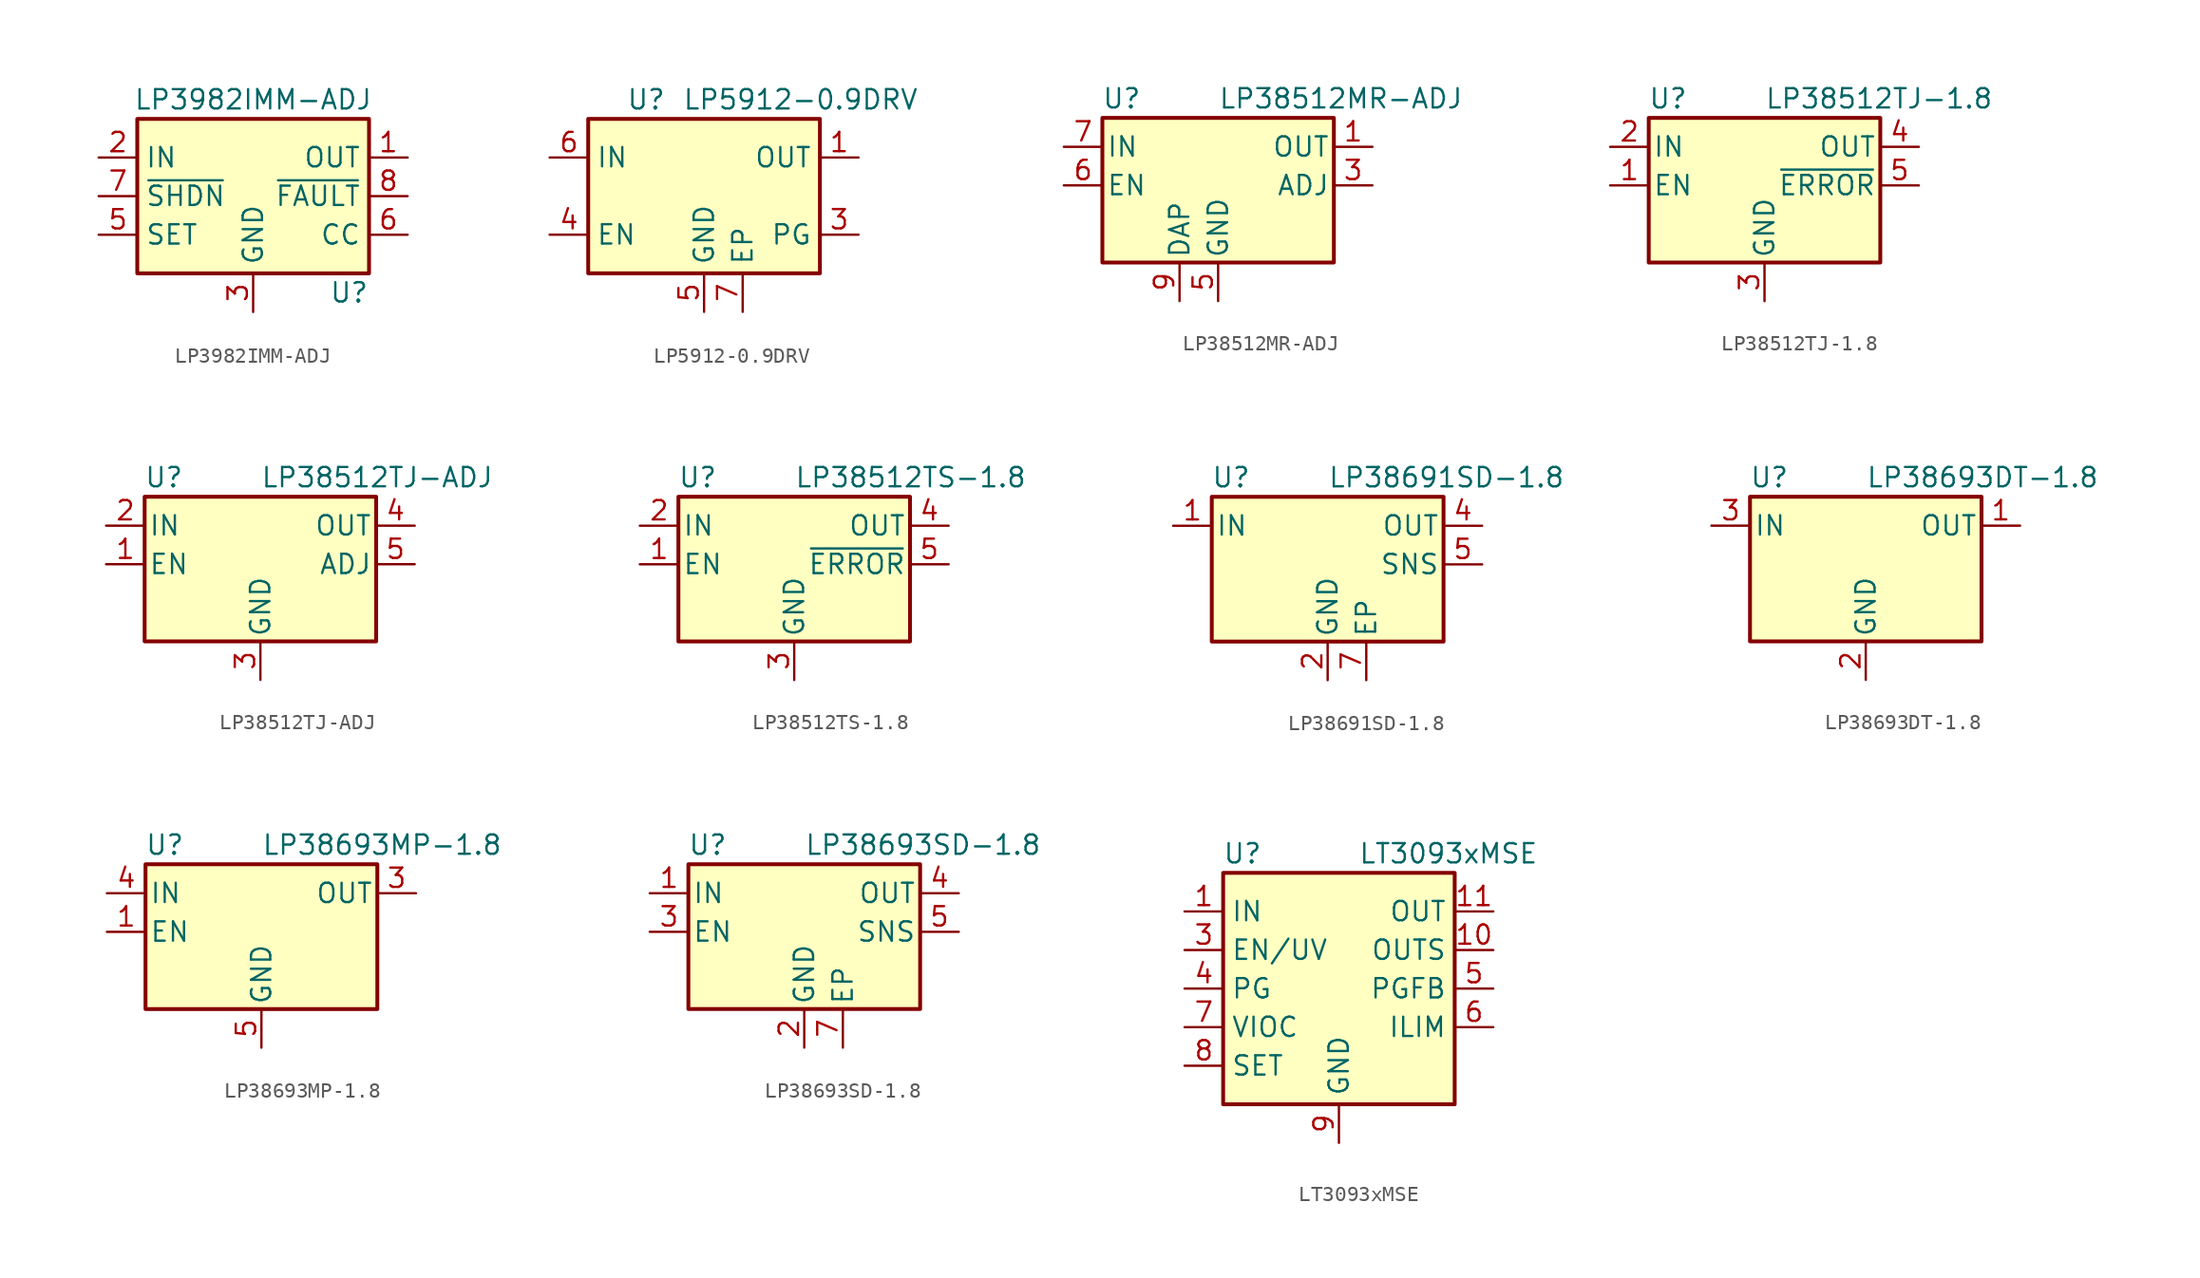
<source format=kicad_sym>
(kicad_symbol_lib
  (version 20201005)
  (generator kicad_symbol_editor)
  (symbol "LP3982IMM-ADJ"
    (property "Reference" "U"
      (at 7.62 -6.35 0)
      (effects (font (size 1.27 1.27)) (justify right)))
    (property "Value" "LP3982IMM-ADJ"
      (at 0 6.35 0)
      (effects (font (size 1.27 1.27))))
    (symbol "LP3982IMM-ADJ_0_1"
      (rectangle (start -7.62 5.08) (end 7.62 -5.08) (stroke (width 0.254)) (fill (type background))))
    (symbol "LP3982IMM-ADJ_1_1"
      (pin power_out line (at 10.16 2.54 180) (length 2.54) (name "OUT" (effects (font (size 1.27 1.27)))) (number "1" (effects (font (size 1.27 1.27)))))
      (pin power_in line (at -10.16 2.54 0) (length 2.54) (name "IN" (effects (font (size 1.27 1.27)))) (number "2" (effects (font (size 1.27 1.27)))))
      (pin power_in line (at 0 -7.62 90) (length 2.54) (name "GND" (effects (font (size 1.27 1.27)))) (number "3" (effects (font (size 1.27 1.27)))))
      (pin passive line (at 10.16 2.54 180) (length 2.54) hide (name "OUT" (effects (font (size 1.27 1.27)))) (number "4" (effects (font (size 1.27 1.27)))))
      (pin passive line (at -10.16 -2.54 0) (length 2.54) (name "SET" (effects (font (size 1.27 1.27)))) (number "5" (effects (font (size 1.27 1.27)))))
      (pin passive line (at 10.16 -2.54 180) (length 2.54) (name "CC" (effects (font (size 1.27 1.27)))) (number "6" (effects (font (size 1.27 1.27)))))
      (pin input line (at -10.16 0 0) (length 2.54) (name "~SHDN" (effects (font (size 1.27 1.27)))) (number "7" (effects (font (size 1.27 1.27)))))
      (pin open_collector line (at 10.16 0 180) (length 2.54) (name "~FAULT" (effects (font (size 1.27 1.27)))) (number "8" (effects (font (size 1.27 1.27)))))))
  (symbol "LP5912-0.9DRV"
    (property "Reference" "U"
      (at -3.81 6.35 0)
      (effects (font (size 1.27 1.27))))
    (property "Value" "LP5912-0.9DRV"
      (at 6.35 6.35 0)
      (effects (font (size 1.27 1.27))))
    (symbol "LP5912-0.9DRV_0_1"
      (rectangle (start -7.62 -5.08) (end 7.62 5.08) (stroke (width 0.254)) (fill (type background)))
      (pin power_out line (at 10.16 2.54 180) (length 2.54) (name "OUT" (effects (font (size 1.27 1.27)))) (number "1" (effects (font (size 1.27 1.27)))))
      (pin no_connect line (at 7.62 0 180) (length 2.54) hide (name "NC" (effects (font (size 1.27 1.27)))) (number "2" (effects (font (size 1.27 1.27)))))
      (pin input line (at -10.16 -2.54 0) (length 2.54) (name "EN" (effects (font (size 1.27 1.27)))) (number "4" (effects (font (size 1.27 1.27)))))
      (pin power_in line (at 0 -7.62 90) (length 2.54) (name "GND" (effects (font (size 1.27 1.27)))) (number "5" (effects (font (size 1.27 1.27)))))
      (pin power_in line (at -10.16 2.54 0) (length 2.54) (name "IN" (effects (font (size 1.27 1.27)))) (number "6" (effects (font (size 1.27 1.27))))))
    (symbol "LP5912-0.9DRV_1_1"
      (pin open_collector line (at 10.16 -2.54 180) (length 2.54) (name "PG" (effects (font (size 1.27 1.27)))) (number "3" (effects (font (size 1.27 1.27)))))
      (pin passive line (at 2.54 -7.62 90) (length 2.54) (name "EP" (effects (font (size 1.27 1.27)))) (number "7" (effects (font (size 1.27 1.27)))))))
  (symbol "LP38512MR-ADJ"
    (pin_names
      (offset 0.254))
    (property "Reference" "U"
      (at -6.35 5.715 0)
      (effects (font (size 1.27 1.27))))
    (property "Value" "LP38512MR-ADJ"
      (at 0 5.715 0)
      (effects (font (size 1.27 1.27)) (justify left)))
    (symbol "LP38512MR-ADJ_0_1"
      (rectangle (start -7.62 -5.08) (end 7.62 4.445) (stroke (width 0.254)) (fill (type background))))
    (symbol "LP38512MR-ADJ_1_1"
      (pin power_out line (at 10.16 2.54 180) (length 2.54) (name "OUT" (effects (font (size 1.27 1.27)))) (number "1" (effects (font (size 1.27 1.27)))))
      (pin passive line (at 10.16 2.54 180) (length 2.54) hide (name "OUT" (effects (font (size 1.27 1.27)))) (number "2" (effects (font (size 1.27 1.27)))))
      (pin input line (at 10.16 0 180) (length 2.54) (name "ADJ" (effects (font (size 1.27 1.27)))) (number "3" (effects (font (size 1.27 1.27)))))
      (pin no_connect line (at -7.62 -2.54 0) (length 2.54) hide (name "NC" (effects (font (size 1.27 1.27)))) (number "4" (effects (font (size 1.27 1.27)))))
      (pin power_in line (at 0 -7.62 90) (length 2.54) (name "GND" (effects (font (size 1.27 1.27)))) (number "5" (effects (font (size 1.27 1.27)))))
      (pin input line (at -10.16 0 0) (length 2.54) (name "EN" (effects (font (size 1.27 1.27)))) (number "6" (effects (font (size 1.27 1.27)))))
      (pin power_in line (at -10.16 2.54 0) (length 2.54) (name "IN" (effects (font (size 1.27 1.27)))) (number "7" (effects (font (size 1.27 1.27)))))
      (pin passive line (at -10.16 2.54 0) (length 2.54) hide (name "IN" (effects (font (size 1.27 1.27)))) (number "8" (effects (font (size 1.27 1.27)))))
      (pin passive line (at -2.54 -7.62 90) (length 2.54) (name "DAP" (effects (font (size 1.27 1.27)))) (number "9" (effects (font (size 1.27 1.27)))))))
  (symbol "LP38512TJ-1.8"
    (pin_names
      (offset 0.254))
    (property "Reference" "U"
      (at -6.35 5.715 0)
      (effects (font (size 1.27 1.27))))
    (property "Value" "LP38512TJ-1.8"
      (at 0 5.715 0)
      (effects (font (size 1.27 1.27)) (justify left)))
    (symbol "LP38512TJ-1.8_0_1"
      (rectangle (start -7.62 -5.08) (end 7.62 4.445) (stroke (width 0.254)) (fill (type background))))
    (symbol "LP38512TJ-1.8_1_1"
      (pin input line (at -10.16 0 0) (length 2.54) (name "EN" (effects (font (size 1.27 1.27)))) (number "1" (effects (font (size 1.27 1.27)))))
      (pin power_in line (at -10.16 2.54 0) (length 2.54) (name "IN" (effects (font (size 1.27 1.27)))) (number "2" (effects (font (size 1.27 1.27)))))
      (pin power_in line (at 0 -7.62 90) (length 2.54) (name "GND" (effects (font (size 1.27 1.27)))) (number "3" (effects (font (size 1.27 1.27)))))
      (pin power_out line (at 10.16 2.54 180) (length 2.54) (name "OUT" (effects (font (size 1.27 1.27)))) (number "4" (effects (font (size 1.27 1.27)))))
      (pin open_collector line (at 10.16 0 180) (length 2.54) (name "~ERROR" (effects (font (size 1.27 1.27)))) (number "5" (effects (font (size 1.27 1.27)))))
      (pin passive line (at 0 -7.62 90) (length 2.54) hide (name "GND" (effects (font (size 1.27 1.27)))) (number "6" (effects (font (size 1.27 1.27)))))))
  (symbol "LP38512TJ-ADJ"
    (pin_names
      (offset 0.254))
    (property "Reference" "U"
      (at -6.35 5.715 0)
      (effects (font (size 1.27 1.27))))
    (property "Value" "LP38512TJ-ADJ"
      (at 0 5.715 0)
      (effects (font (size 1.27 1.27)) (justify left)))
    (symbol "LP38512TJ-ADJ_0_1"
      (rectangle (start -7.62 -5.08) (end 7.62 4.445) (stroke (width 0.254)) (fill (type background))))
    (symbol "LP38512TJ-ADJ_1_1"
      (pin input line (at -10.16 0 0) (length 2.54) (name "EN" (effects (font (size 1.27 1.27)))) (number "1" (effects (font (size 1.27 1.27)))))
      (pin power_in line (at -10.16 2.54 0) (length 2.54) (name "IN" (effects (font (size 1.27 1.27)))) (number "2" (effects (font (size 1.27 1.27)))))
      (pin power_in line (at 0 -7.62 90) (length 2.54) (name "GND" (effects (font (size 1.27 1.27)))) (number "3" (effects (font (size 1.27 1.27)))))
      (pin power_out line (at 10.16 2.54 180) (length 2.54) (name "OUT" (effects (font (size 1.27 1.27)))) (number "4" (effects (font (size 1.27 1.27)))))
      (pin input line (at 10.16 0 180) (length 2.54) (name "ADJ" (effects (font (size 1.27 1.27)))) (number "5" (effects (font (size 1.27 1.27)))))
      (pin passive line (at 0 -7.62 90) (length 2.54) hide (name "GND" (effects (font (size 1.27 1.27)))) (number "6" (effects (font (size 1.27 1.27)))))))
  (symbol "LP38512TS-1.8"
    (pin_names
      (offset 0.254))
    (property "Reference" "U"
      (at -6.35 5.715 0)
      (effects (font (size 1.27 1.27))))
    (property "Value" "LP38512TS-1.8"
      (at 0 5.715 0)
      (effects (font (size 1.27 1.27)) (justify left)))
    (symbol "LP38512TS-1.8_0_1"
      (rectangle (start -7.62 -5.08) (end 7.62 4.445) (stroke (width 0.254)) (fill (type background))))
    (symbol "LP38512TS-1.8_1_1"
      (pin input line (at -10.16 0 0) (length 2.54) (name "EN" (effects (font (size 1.27 1.27)))) (number "1" (effects (font (size 1.27 1.27)))))
      (pin power_in line (at -10.16 2.54 0) (length 2.54) (name "IN" (effects (font (size 1.27 1.27)))) (number "2" (effects (font (size 1.27 1.27)))))
      (pin power_in line (at 0 -7.62 90) (length 2.54) (name "GND" (effects (font (size 1.27 1.27)))) (number "3" (effects (font (size 1.27 1.27)))))
      (pin power_out line (at 10.16 2.54 180) (length 2.54) (name "OUT" (effects (font (size 1.27 1.27)))) (number "4" (effects (font (size 1.27 1.27)))))
      (pin open_collector line (at 10.16 0 180) (length 2.54) (name "~ERROR" (effects (font (size 1.27 1.27)))) (number "5" (effects (font (size 1.27 1.27)))))
      (pin passive line (at 0 -7.62 90) (length 2.54) hide (name "GND" (effects (font (size 1.27 1.27)))) (number "6" (effects (font (size 1.27 1.27)))))))
  (symbol "LP38691SD-1.8"
    (pin_names
      (offset 0.254))
    (property "Reference" "U"
      (at -6.35 5.715 0)
      (effects (font (size 1.27 1.27))))
    (property "Value" "LP38691SD-1.8"
      (at 0 5.715 0)
      (effects (font (size 1.27 1.27)) (justify left)))
    (symbol "LP38691SD-1.8_0_1"
      (rectangle (start -7.62 -5.08) (end 7.62 4.445) (stroke (width 0.254)) (fill (type background))))
    (symbol "LP38691SD-1.8_1_1"
      (pin power_in line (at -10.16 2.54 0) (length 2.54) (name "IN" (effects (font (size 1.27 1.27)))) (number "1" (effects (font (size 1.27 1.27)))))
      (pin power_in line (at 0 -7.62 90) (length 2.54) (name "GND" (effects (font (size 1.27 1.27)))) (number "2" (effects (font (size 1.27 1.27)))))
      (pin no_connect line (at -7.62 0 0) (length 2.54) hide (name "NC" (effects (font (size 1.27 1.27)))) (number "3" (effects (font (size 1.27 1.27)))))
      (pin power_out line (at 10.16 2.54 180) (length 2.54) (name "OUT" (effects (font (size 1.27 1.27)))) (number "4" (effects (font (size 1.27 1.27)))))
      (pin input line (at 10.16 0 180) (length 2.54) (name "SNS" (effects (font (size 1.27 1.27)))) (number "5" (effects (font (size 1.27 1.27)))))
      (pin passive line (at -10.16 2.54 0) (length 2.54) hide (name "IN" (effects (font (size 1.27 1.27)))) (number "6" (effects (font (size 1.27 1.27)))))
      (pin passive line (at 2.54 -7.62 90) (length 2.54) (name "EP" (effects (font (size 1.27 1.27)))) (number "7" (effects (font (size 1.27 1.27)))))))
  (symbol "LP38693DT-1.8"
    (pin_names
      (offset 0.254))
    (property "Reference" "U"
      (at -6.35 5.715 0)
      (effects (font (size 1.27 1.27))))
    (property "Value" "LP38693DT-1.8"
      (at 0 5.715 0)
      (effects (font (size 1.27 1.27)) (justify left)))
    (symbol "LP38693DT-1.8_0_1"
      (rectangle (start -7.62 -5.08) (end 7.62 4.445) (stroke (width 0.254)) (fill (type background))))
    (symbol "LP38693DT-1.8_1_1"
      (pin power_out line (at 10.16 2.54 180) (length 2.54) (name "OUT" (effects (font (size 1.27 1.27)))) (number "1" (effects (font (size 1.27 1.27)))))
      (pin power_in line (at 0 -7.62 90) (length 2.54) (name "GND" (effects (font (size 1.27 1.27)))) (number "2" (effects (font (size 1.27 1.27)))))
      (pin power_in line (at -10.16 2.54 0) (length 2.54) (name "IN" (effects (font (size 1.27 1.27)))) (number "3" (effects (font (size 1.27 1.27)))))))
  (symbol "LP38693MP-1.8"
    (pin_names
      (offset 0.254))
    (property "Reference" "U"
      (at -6.35 5.715 0)
      (effects (font (size 1.27 1.27))))
    (property "Value" "LP38693MP-1.8"
      (at 0 5.715 0)
      (effects (font (size 1.27 1.27)) (justify left)))
    (symbol "LP38693MP-1.8_0_1"
      (rectangle (start -7.62 -5.08) (end 7.62 4.445) (stroke (width 0.254)) (fill (type background))))
    (symbol "LP38693MP-1.8_1_1"
      (pin input line (at -10.16 0 0) (length 2.54) (name "EN" (effects (font (size 1.27 1.27)))) (number "1" (effects (font (size 1.27 1.27)))))
      (pin no_connect line (at 7.62 0 180) (length 2.54) hide (name "NC" (effects (font (size 1.27 1.27)))) (number "2" (effects (font (size 1.27 1.27)))))
      (pin power_out line (at 10.16 2.54 180) (length 2.54) (name "OUT" (effects (font (size 1.27 1.27)))) (number "3" (effects (font (size 1.27 1.27)))))
      (pin power_in line (at -10.16 2.54 0) (length 2.54) (name "IN" (effects (font (size 1.27 1.27)))) (number "4" (effects (font (size 1.27 1.27)))))
      (pin power_in line (at 0 -7.62 90) (length 2.54) (name "GND" (effects (font (size 1.27 1.27)))) (number "5" (effects (font (size 1.27 1.27)))))))
  (symbol "LP38693SD-1.8"
    (pin_names
      (offset 0.254))
    (property "Reference" "U"
      (at -6.35 5.715 0)
      (effects (font (size 1.27 1.27))))
    (property "Value" "LP38693SD-1.8"
      (at 0 5.715 0)
      (effects (font (size 1.27 1.27)) (justify left)))
    (symbol "LP38693SD-1.8_0_1"
      (rectangle (start -7.62 -5.08) (end 7.62 4.445) (stroke (width 0.254)) (fill (type background))))
    (symbol "LP38693SD-1.8_1_1"
      (pin power_in line (at -10.16 2.54 0) (length 2.54) (name "IN" (effects (font (size 1.27 1.27)))) (number "1" (effects (font (size 1.27 1.27)))))
      (pin power_in line (at 0 -7.62 90) (length 2.54) (name "GND" (effects (font (size 1.27 1.27)))) (number "2" (effects (font (size 1.27 1.27)))))
      (pin input line (at -10.16 0 0) (length 2.54) (name "EN" (effects (font (size 1.27 1.27)))) (number "3" (effects (font (size 1.27 1.27)))))
      (pin power_out line (at 10.16 2.54 180) (length 2.54) (name "OUT" (effects (font (size 1.27 1.27)))) (number "4" (effects (font (size 1.27 1.27)))))
      (pin input line (at 10.16 0 180) (length 2.54) (name "SNS" (effects (font (size 1.27 1.27)))) (number "5" (effects (font (size 1.27 1.27)))))
      (pin passive line (at -10.16 2.54 0) (length 2.54) hide (name "IN" (effects (font (size 1.27 1.27)))) (number "6" (effects (font (size 1.27 1.27)))))
      (pin passive line (at 2.54 -7.62 90) (length 2.54) (name "EP" (effects (font (size 1.27 1.27)))) (number "7" (effects (font (size 1.27 1.27)))))))
  (symbol "LT3093xMSE"
    (property "Reference" "U"
      (at -6.35 8.89 0)
      (effects (font (size 1.27 1.27))))
    (property "Value" "LT3093xMSE"
      (at 1.27 8.89 0)
      (effects (font (size 1.27 1.27)) (justify left)))
    (symbol "LT3093xMSE_0_0"
      (pin passive line (at 10.16 5.08 180) (length 2.54) hide (name "OUT" (effects (font (size 1.27 1.27)))) (number "12" (effects (font (size 1.27 1.27)))))
      (pin passive line (at -10.16 5.08 0) (length 2.54) hide (name "IN" (effects (font (size 1.27 1.27)))) (number "13" (effects (font (size 1.27 1.27))))))
    (symbol "LT3093xMSE_0_1"
      (rectangle (start 7.62 7.62) (end -7.62 -7.62) (stroke (width 0.254)) (fill (type background))))
    (symbol "LT3093xMSE_1_1"
      (pin power_in line (at -10.16 5.08 0) (length 2.54) (name "IN" (effects (font (size 1.27 1.27)))) (number "1" (effects (font (size 1.27 1.27)))))
      (pin input line (at 10.16 2.54 180) (length 2.54) (name "OUTS" (effects (font (size 1.27 1.27)))) (number "10" (effects (font (size 1.27 1.27)))))
      (pin power_out line (at 10.16 5.08 180) (length 2.54) (name "OUT" (effects (font (size 1.27 1.27)))) (number "11" (effects (font (size 1.27 1.27)))))
      (pin passive line (at -10.16 5.08 0) (length 2.54) hide (name "IN" (effects (font (size 1.27 1.27)))) (number "2" (effects (font (size 1.27 1.27)))))
      (pin input line (at -10.16 2.54 0) (length 2.54) (name "EN/UV" (effects (font (size 1.27 1.27)))) (number "3" (effects (font (size 1.27 1.27)))))
      (pin open_collector line (at -10.16 0 0) (length 2.54) (name "PG" (effects (font (size 1.27 1.27)))) (number "4" (effects (font (size 1.27 1.27)))))
      (pin input line (at 10.16 0 180) (length 2.54) (name "PGFB" (effects (font (size 1.27 1.27)))) (number "5" (effects (font (size 1.27 1.27)))))
      (pin passive line (at 10.16 -2.54 180) (length 2.54) (name "ILIM" (effects (font (size 1.27 1.27)))) (number "6" (effects (font (size 1.27 1.27)))))
      (pin passive line (at -10.16 -2.54 0) (length 2.54) (name "VIOC" (effects (font (size 1.27 1.27)))) (number "7" (effects (font (size 1.27 1.27)))))
      (pin passive line (at -10.16 -5.08 0) (length 2.54) (name "SET" (effects (font (size 1.27 1.27)))) (number "8" (effects (font (size 1.27 1.27)))))
      (pin power_in line (at 0 -10.16 90) (length 2.54) (name "GND" (effects (font (size 1.27 1.27)))) (number "9" (effects (font (size 1.27 1.27))))))))
</source>
